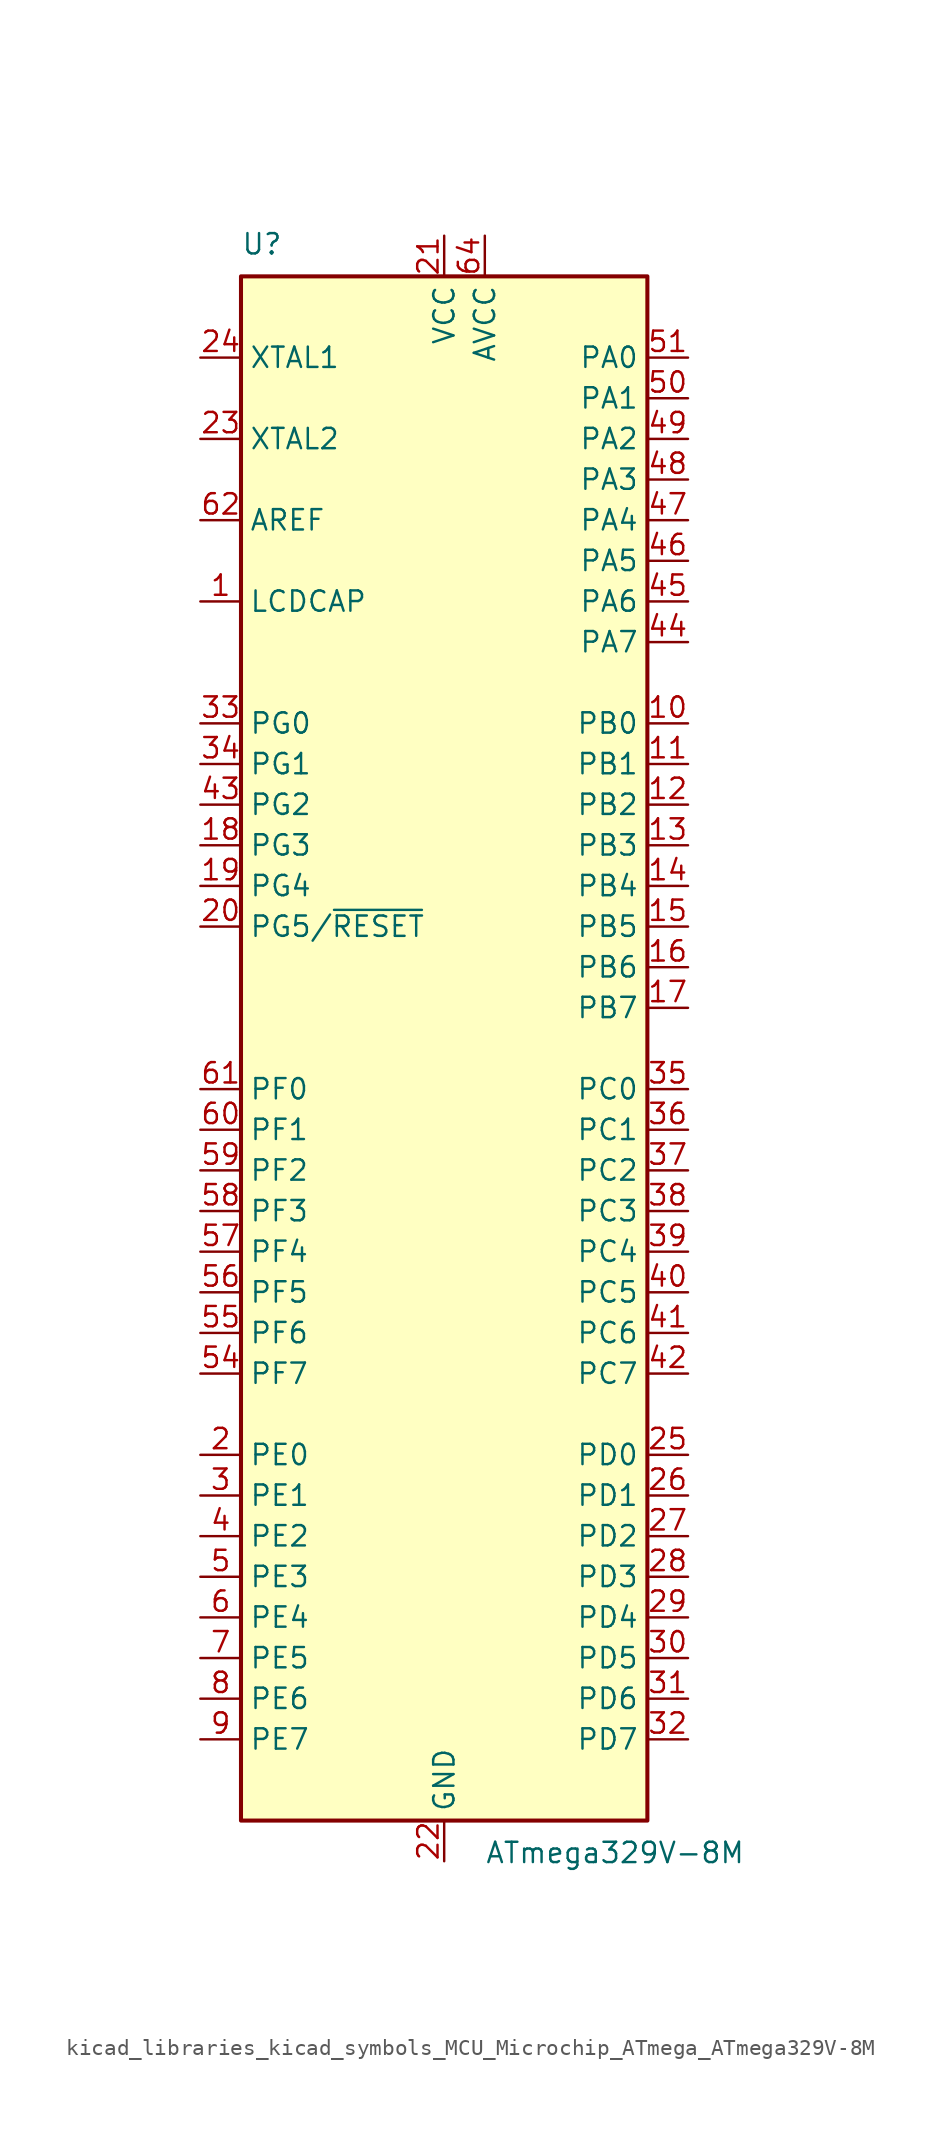
<source format=kicad_sym>
(kicad_symbol_lib
  (version 20220914)
  (generator kicad_symbol_editor)
  (symbol "kicad_libraries_kicad_symbols_MCU_Microchip_ATmega_ATmega329V-8M"
    (property "Reference" "U"
      (at -12.7 49.53 0)
      (effects (font (size 1.27 1.27)) (justify left bottom)))
    (property "Value" "ATmega329V-8M"
      (at 2.54 -49.53 0)
      (effects (font (size 1.27 1.27)) (justify left top)))
    (symbol "kicad_libraries_kicad_symbols_MCU_Microchip_ATmega_ATmega329V-8M_0_1"
      (rectangle (start -12.7 -48.26) (end 12.7 48.26) (stroke (width 0.254) (type default)) (fill (type background))))
    (symbol "kicad_libraries_kicad_symbols_MCU_Microchip_ATmega_ATmega329V-8M_1_1"
      (pin passive line (at -15.24 27.94 0) (length 2.54) (name "LCDCAP" (effects (font (size 1.27 1.27)))) (number "1" (effects (font (size 1.27 1.27)))))
      (pin bidirectional line (at 15.24 20.32 180) (length 2.54) (name "PB0" (effects (font (size 1.27 1.27)))) (number "10" (effects (font (size 1.27 1.27)))))
      (pin bidirectional line (at 15.24 17.78 180) (length 2.54) (name "PB1" (effects (font (size 1.27 1.27)))) (number "11" (effects (font (size 1.27 1.27)))))
      (pin bidirectional line (at 15.24 15.24 180) (length 2.54) (name "PB2" (effects (font (size 1.27 1.27)))) (number "12" (effects (font (size 1.27 1.27)))))
      (pin bidirectional line (at 15.24 12.7 180) (length 2.54) (name "PB3" (effects (font (size 1.27 1.27)))) (number "13" (effects (font (size 1.27 1.27)))))
      (pin bidirectional line (at 15.24 10.16 180) (length 2.54) (name "PB4" (effects (font (size 1.27 1.27)))) (number "14" (effects (font (size 1.27 1.27)))))
      (pin bidirectional line (at 15.24 7.62 180) (length 2.54) (name "PB5" (effects (font (size 1.27 1.27)))) (number "15" (effects (font (size 1.27 1.27)))))
      (pin bidirectional line (at 15.24 5.08 180) (length 2.54) (name "PB6" (effects (font (size 1.27 1.27)))) (number "16" (effects (font (size 1.27 1.27)))))
      (pin bidirectional line (at 15.24 2.54 180) (length 2.54) (name "PB7" (effects (font (size 1.27 1.27)))) (number "17" (effects (font (size 1.27 1.27)))))
      (pin bidirectional line (at -15.24 12.7 0) (length 2.54) (name "PG3" (effects (font (size 1.27 1.27)))) (number "18" (effects (font (size 1.27 1.27)))))
      (pin bidirectional line (at -15.24 10.16 0) (length 2.54) (name "PG4" (effects (font (size 1.27 1.27)))) (number "19" (effects (font (size 1.27 1.27)))))
      (pin bidirectional line (at -15.24 -25.4 0) (length 2.54) (name "PE0" (effects (font (size 1.27 1.27)))) (number "2" (effects (font (size 1.27 1.27)))))
      (pin bidirectional line (at -15.24 7.62 0) (length 2.54) (name "PG5/~{RESET}" (effects (font (size 1.27 1.27)))) (number "20" (effects (font (size 1.27 1.27)))))
      (pin power_in line (at 0 50.8 270) (length 2.54) (name "VCC" (effects (font (size 1.27 1.27)))) (number "21" (effects (font (size 1.27 1.27)))))
      (pin power_in line (at 0 -50.8 90) (length 2.54) (name "GND" (effects (font (size 1.27 1.27)))) (number "22" (effects (font (size 1.27 1.27)))))
      (pin output line (at -15.24 38.1 0) (length 2.54) (name "XTAL2" (effects (font (size 1.27 1.27)))) (number "23" (effects (font (size 1.27 1.27)))))
      (pin input line (at -15.24 43.18 0) (length 2.54) (name "XTAL1" (effects (font (size 1.27 1.27)))) (number "24" (effects (font (size 1.27 1.27)))))
      (pin bidirectional line (at 15.24 -25.4 180) (length 2.54) (name "PD0" (effects (font (size 1.27 1.27)))) (number "25" (effects (font (size 1.27 1.27)))))
      (pin bidirectional line (at 15.24 -27.94 180) (length 2.54) (name "PD1" (effects (font (size 1.27 1.27)))) (number "26" (effects (font (size 1.27 1.27)))))
      (pin bidirectional line (at 15.24 -30.48 180) (length 2.54) (name "PD2" (effects (font (size 1.27 1.27)))) (number "27" (effects (font (size 1.27 1.27)))))
      (pin bidirectional line (at 15.24 -33.02 180) (length 2.54) (name "PD3" (effects (font (size 1.27 1.27)))) (number "28" (effects (font (size 1.27 1.27)))))
      (pin bidirectional line (at 15.24 -35.56 180) (length 2.54) (name "PD4" (effects (font (size 1.27 1.27)))) (number "29" (effects (font (size 1.27 1.27)))))
      (pin bidirectional line (at -15.24 -27.94 0) (length 2.54) (name "PE1" (effects (font (size 1.27 1.27)))) (number "3" (effects (font (size 1.27 1.27)))))
      (pin bidirectional line (at 15.24 -38.1 180) (length 2.54) (name "PD5" (effects (font (size 1.27 1.27)))) (number "30" (effects (font (size 1.27 1.27)))))
      (pin bidirectional line (at 15.24 -40.64 180) (length 2.54) (name "PD6" (effects (font (size 1.27 1.27)))) (number "31" (effects (font (size 1.27 1.27)))))
      (pin bidirectional line (at 15.24 -43.18 180) (length 2.54) (name "PD7" (effects (font (size 1.27 1.27)))) (number "32" (effects (font (size 1.27 1.27)))))
      (pin bidirectional line (at -15.24 20.32 0) (length 2.54) (name "PG0" (effects (font (size 1.27 1.27)))) (number "33" (effects (font (size 1.27 1.27)))))
      (pin bidirectional line (at -15.24 17.78 0) (length 2.54) (name "PG1" (effects (font (size 1.27 1.27)))) (number "34" (effects (font (size 1.27 1.27)))))
      (pin bidirectional line (at 15.24 -2.54 180) (length 2.54) (name "PC0" (effects (font (size 1.27 1.27)))) (number "35" (effects (font (size 1.27 1.27)))))
      (pin bidirectional line (at 15.24 -5.08 180) (length 2.54) (name "PC1" (effects (font (size 1.27 1.27)))) (number "36" (effects (font (size 1.27 1.27)))))
      (pin bidirectional line (at 15.24 -7.62 180) (length 2.54) (name "PC2" (effects (font (size 1.27 1.27)))) (number "37" (effects (font (size 1.27 1.27)))))
      (pin bidirectional line (at 15.24 -10.16 180) (length 2.54) (name "PC3" (effects (font (size 1.27 1.27)))) (number "38" (effects (font (size 1.27 1.27)))))
      (pin bidirectional line (at 15.24 -12.7 180) (length 2.54) (name "PC4" (effects (font (size 1.27 1.27)))) (number "39" (effects (font (size 1.27 1.27)))))
      (pin bidirectional line (at -15.24 -30.48 0) (length 2.54) (name "PE2" (effects (font (size 1.27 1.27)))) (number "4" (effects (font (size 1.27 1.27)))))
      (pin bidirectional line (at 15.24 -15.24 180) (length 2.54) (name "PC5" (effects (font (size 1.27 1.27)))) (number "40" (effects (font (size 1.27 1.27)))))
      (pin bidirectional line (at 15.24 -17.78 180) (length 2.54) (name "PC6" (effects (font (size 1.27 1.27)))) (number "41" (effects (font (size 1.27 1.27)))))
      (pin bidirectional line (at 15.24 -20.32 180) (length 2.54) (name "PC7" (effects (font (size 1.27 1.27)))) (number "42" (effects (font (size 1.27 1.27)))))
      (pin bidirectional line (at -15.24 15.24 0) (length 2.54) (name "PG2" (effects (font (size 1.27 1.27)))) (number "43" (effects (font (size 1.27 1.27)))))
      (pin bidirectional line (at 15.24 25.4 180) (length 2.54) (name "PA7" (effects (font (size 1.27 1.27)))) (number "44" (effects (font (size 1.27 1.27)))))
      (pin bidirectional line (at 15.24 27.94 180) (length 2.54) (name "PA6" (effects (font (size 1.27 1.27)))) (number "45" (effects (font (size 1.27 1.27)))))
      (pin bidirectional line (at 15.24 30.48 180) (length 2.54) (name "PA5" (effects (font (size 1.27 1.27)))) (number "46" (effects (font (size 1.27 1.27)))))
      (pin bidirectional line (at 15.24 33.02 180) (length 2.54) (name "PA4" (effects (font (size 1.27 1.27)))) (number "47" (effects (font (size 1.27 1.27)))))
      (pin bidirectional line (at 15.24 35.56 180) (length 2.54) (name "PA3" (effects (font (size 1.27 1.27)))) (number "48" (effects (font (size 1.27 1.27)))))
      (pin bidirectional line (at 15.24 38.1 180) (length 2.54) (name "PA2" (effects (font (size 1.27 1.27)))) (number "49" (effects (font (size 1.27 1.27)))))
      (pin bidirectional line (at -15.24 -33.02 0) (length 2.54) (name "PE3" (effects (font (size 1.27 1.27)))) (number "5" (effects (font (size 1.27 1.27)))))
      (pin bidirectional line (at 15.24 40.64 180) (length 2.54) (name "PA1" (effects (font (size 1.27 1.27)))) (number "50" (effects (font (size 1.27 1.27)))))
      (pin bidirectional line (at 15.24 43.18 180) (length 2.54) (name "PA0" (effects (font (size 1.27 1.27)))) (number "51" (effects (font (size 1.27 1.27)))))
      (pin passive line (at 0 50.8 270) (length 2.54) hide (name "VCC" (effects (font (size 1.27 1.27)))) (number "52" (effects (font (size 1.27 1.27)))))
      (pin passive line (at 0 -50.8 90) (length 2.54) hide (name "GND" (effects (font (size 1.27 1.27)))) (number "53" (effects (font (size 1.27 1.27)))))
      (pin bidirectional line (at -15.24 -20.32 0) (length 2.54) (name "PF7" (effects (font (size 1.27 1.27)))) (number "54" (effects (font (size 1.27 1.27)))))
      (pin bidirectional line (at -15.24 -17.78 0) (length 2.54) (name "PF6" (effects (font (size 1.27 1.27)))) (number "55" (effects (font (size 1.27 1.27)))))
      (pin bidirectional line (at -15.24 -15.24 0) (length 2.54) (name "PF5" (effects (font (size 1.27 1.27)))) (number "56" (effects (font (size 1.27 1.27)))))
      (pin bidirectional line (at -15.24 -12.7 0) (length 2.54) (name "PF4" (effects (font (size 1.27 1.27)))) (number "57" (effects (font (size 1.27 1.27)))))
      (pin bidirectional line (at -15.24 -10.16 0) (length 2.54) (name "PF3" (effects (font (size 1.27 1.27)))) (number "58" (effects (font (size 1.27 1.27)))))
      (pin bidirectional line (at -15.24 -7.62 0) (length 2.54) (name "PF2" (effects (font (size 1.27 1.27)))) (number "59" (effects (font (size 1.27 1.27)))))
      (pin bidirectional line (at -15.24 -35.56 0) (length 2.54) (name "PE4" (effects (font (size 1.27 1.27)))) (number "6" (effects (font (size 1.27 1.27)))))
      (pin bidirectional line (at -15.24 -5.08 0) (length 2.54) (name "PF1" (effects (font (size 1.27 1.27)))) (number "60" (effects (font (size 1.27 1.27)))))
      (pin bidirectional line (at -15.24 -2.54 0) (length 2.54) (name "PF0" (effects (font (size 1.27 1.27)))) (number "61" (effects (font (size 1.27 1.27)))))
      (pin passive line (at -15.24 33.02 0) (length 2.54) (name "AREF" (effects (font (size 1.27 1.27)))) (number "62" (effects (font (size 1.27 1.27)))))
      (pin passive line (at 0 -50.8 90) (length 2.54) hide (name "GND" (effects (font (size 1.27 1.27)))) (number "63" (effects (font (size 1.27 1.27)))))
      (pin power_in line (at 2.54 50.8 270) (length 2.54) (name "AVCC" (effects (font (size 1.27 1.27)))) (number "64" (effects (font (size 1.27 1.27)))))
      (pin passive line (at 0 -50.8 90) (length 2.54) hide (name "GND" (effects (font (size 1.27 1.27)))) (number "65" (effects (font (size 1.27 1.27)))))
      (pin bidirectional line (at -15.24 -38.1 0) (length 2.54) (name "PE5" (effects (font (size 1.27 1.27)))) (number "7" (effects (font (size 1.27 1.27)))))
      (pin bidirectional line (at -15.24 -40.64 0) (length 2.54) (name "PE6" (effects (font (size 1.27 1.27)))) (number "8" (effects (font (size 1.27 1.27)))))
      (pin bidirectional line (at -15.24 -43.18 0) (length 2.54) (name "PE7" (effects (font (size 1.27 1.27)))) (number "9" (effects (font (size 1.27 1.27))))))))
</source>
